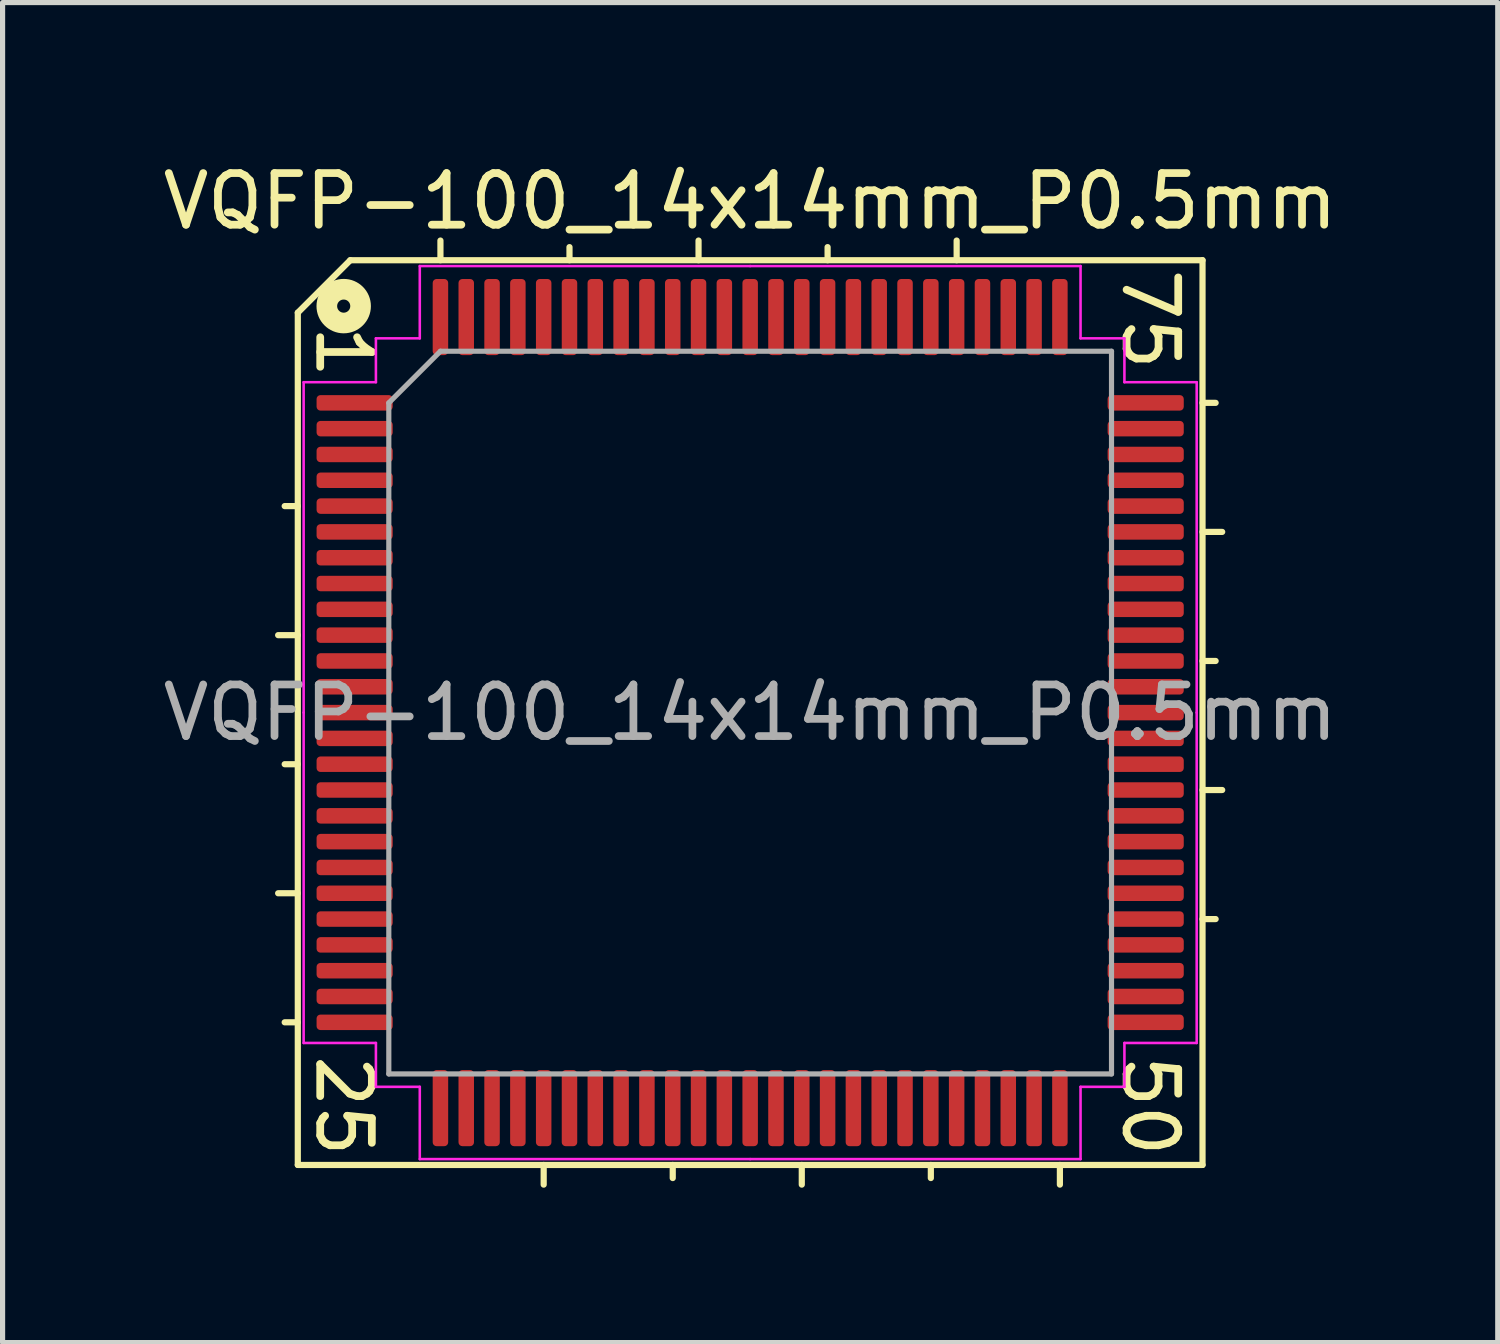
<source format=kicad_pcb>
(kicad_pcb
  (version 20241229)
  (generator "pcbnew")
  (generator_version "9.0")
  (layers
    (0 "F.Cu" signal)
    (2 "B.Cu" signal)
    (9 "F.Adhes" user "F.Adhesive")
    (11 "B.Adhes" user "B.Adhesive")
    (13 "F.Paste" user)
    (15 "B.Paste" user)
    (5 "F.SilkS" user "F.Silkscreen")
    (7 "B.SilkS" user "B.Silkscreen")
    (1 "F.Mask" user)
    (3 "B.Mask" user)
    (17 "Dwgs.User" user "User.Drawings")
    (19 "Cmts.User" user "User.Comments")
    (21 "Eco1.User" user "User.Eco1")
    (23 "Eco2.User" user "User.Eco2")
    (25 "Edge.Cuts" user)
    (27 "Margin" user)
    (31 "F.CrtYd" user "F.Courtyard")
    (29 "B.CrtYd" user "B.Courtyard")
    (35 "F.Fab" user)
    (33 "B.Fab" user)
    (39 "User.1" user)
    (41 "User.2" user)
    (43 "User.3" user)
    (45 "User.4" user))
  (footprint "VQFP-100_14x14mm_P0.5mm"
    (layer "F.Cu")
    (at 11.482 10.754)
    (property "Reference" "VQFP-100_14x14mm_P0.5mm" (at 0 -9.906 0) (layer "F.SilkS") (effects (font (size 1 1) (thickness 0.15))))
    (attr smd)
    (fp_line (start -8.763 -7.747) (end -8.763 8.763) (stroke (width 0.12) (type solid)) (layer "F.SilkS"))
    (fp_line (start -8.763 -4) (end -9.017 -4) (stroke (width 0.12) (type solid)) (layer "F.SilkS"))
    (fp_line (start -8.763 -1.5) (end -9.144 -1.5) (stroke (width 0.12) (type solid)) (layer "F.SilkS"))
    (fp_line (start -8.763 1) (end -9.017 1) (stroke (width 0.12) (type solid)) (layer "F.SilkS"))
    (fp_line (start -8.763 3.5) (end -9.144 3.5) (stroke (width 0.12) (type solid)) (layer "F.SilkS"))
    (fp_line (start -8.763 6) (end -9.017 6) (stroke (width 0.12) (type solid)) (layer "F.SilkS"))
    (fp_line (start -8.763 8.763) (end 8.763 8.763) (stroke (width 0.12) (type solid)) (layer "F.SilkS"))
    (fp_line (start -7.747 -8.763) (end -8.763 -7.747) (stroke (width 0.12) (type solid)) (layer "F.SilkS"))
    (fp_line (start -6 -8.763) (end -6 -9.144) (stroke (width 0.12) (type solid)) (layer "F.SilkS"))
    (fp_line (start -4 8.763) (end -4 9.144) (stroke (width 0.12) (type solid)) (layer "F.SilkS"))
    (fp_line (start -3.5 -8.763) (end -3.5 -9.017) (stroke (width 0.12) (type solid)) (layer "F.SilkS"))
    (fp_line (start -1.5 8.763) (end -1.5 9.017) (stroke (width 0.12) (type solid)) (layer "F.SilkS"))
    (fp_line (start -1 -8.763) (end -1 -9.144) (stroke (width 0.12) (type solid)) (layer "F.SilkS"))
    (fp_line (start 1 8.763) (end 1 9.144) (stroke (width 0.12) (type solid)) (layer "F.SilkS"))
    (fp_line (start 1.5 -8.763) (end 1.5 -9.017) (stroke (width 0.12) (type solid)) (layer "F.SilkS"))
    (fp_line (start 3.5 8.763) (end 3.5 9.017) (stroke (width 0.12) (type solid)) (layer "F.SilkS"))
    (fp_line (start 4 -8.763) (end 4 -9.144) (stroke (width 0.12) (type solid)) (layer "F.SilkS"))
    (fp_line (start 6 8.763) (end 6 9.144) (stroke (width 0.12) (type solid)) (layer "F.SilkS"))
    (fp_line (start 8.763 -8.763) (end -7.747 -8.763) (stroke (width 0.12) (type solid)) (layer "F.SilkS"))
    (fp_line (start 8.763 -6) (end 9.017 -6) (stroke (width 0.12) (type solid)) (layer "F.SilkS"))
    (fp_line (start 8.763 -3.5) (end 9.144 -3.5) (stroke (width 0.12) (type solid)) (layer "F.SilkS"))
    (fp_line (start 8.763 -1) (end 9.017 -1) (stroke (width 0.12) (type solid)) (layer "F.SilkS"))
    (fp_line (start 8.763 1.5) (end 9.144 1.5) (stroke (width 0.12) (type solid)) (layer "F.SilkS"))
    (fp_line (start 8.763 4) (end 9.017 4) (stroke (width 0.12) (type solid)) (layer "F.SilkS"))
    (fp_line (start 8.763 8.763) (end 8.763 -8.763) (stroke (width 0.12) (type solid)) (layer "F.SilkS"))
    (fp_circle (center -7.874 -7.874) (end -7.747 -7.874) (stroke (width 0.4) (type solid)) (fill no) (layer "F.SilkS"))
    (fp_line (start -8.65 -6.4) (end -8.65 0) (stroke (width 0.05) (type solid)) (layer "F.CrtYd"))
    (fp_line (start -8.65 6.4) (end -8.65 0) (stroke (width 0.05) (type solid)) (layer "F.CrtYd"))
    (fp_line (start -7.25 -7.25) (end -7.25 -6.4) (stroke (width 0.05) (type solid)) (layer "F.CrtYd"))
    (fp_line (start -7.25 -6.4) (end -8.65 -6.4) (stroke (width 0.05) (type solid)) (layer "F.CrtYd"))
    (fp_line (start -7.25 6.4) (end -8.65 6.4) (stroke (width 0.05) (type solid)) (layer "F.CrtYd"))
    (fp_line (start -7.25 7.25) (end -7.25 6.4) (stroke (width 0.05) (type solid)) (layer "F.CrtYd"))
    (fp_line (start -6.4 -8.65) (end -6.4 -7.25) (stroke (width 0.05) (type solid)) (layer "F.CrtYd"))
    (fp_line (start -6.4 -7.25) (end -7.25 -7.25) (stroke (width 0.05) (type solid)) (layer "F.CrtYd"))
    (fp_line (start -6.4 7.25) (end -7.25 7.25) (stroke (width 0.05) (type solid)) (layer "F.CrtYd"))
    (fp_line (start -6.4 8.65) (end -6.4 7.25) (stroke (width 0.05) (type solid)) (layer "F.CrtYd"))
    (fp_line (start 0 -8.65) (end -6.4 -8.65) (stroke (width 0.05) (type solid)) (layer "F.CrtYd"))
    (fp_line (start 0 -8.65) (end 6.4 -8.65) (stroke (width 0.05) (type solid)) (layer "F.CrtYd"))
    (fp_line (start 0 8.65) (end -6.4 8.65) (stroke (width 0.05) (type solid)) (layer "F.CrtYd"))
    (fp_line (start 0 8.65) (end 6.4 8.65) (stroke (width 0.05) (type solid)) (layer "F.CrtYd"))
    (fp_line (start 6.4 -8.65) (end 6.4 -7.25) (stroke (width 0.05) (type solid)) (layer "F.CrtYd"))
    (fp_line (start 6.4 -7.25) (end 7.25 -7.25) (stroke (width 0.05) (type solid)) (layer "F.CrtYd"))
    (fp_line (start 6.4 7.25) (end 7.25 7.25) (stroke (width 0.05) (type solid)) (layer "F.CrtYd"))
    (fp_line (start 6.4 8.65) (end 6.4 7.25) (stroke (width 0.05) (type solid)) (layer "F.CrtYd"))
    (fp_line (start 7.25 -7.25) (end 7.25 -6.4) (stroke (width 0.05) (type solid)) (layer "F.CrtYd"))
    (fp_line (start 7.25 -6.4) (end 8.65 -6.4) (stroke (width 0.05) (type solid)) (layer "F.CrtYd"))
    (fp_line (start 7.25 6.4) (end 8.65 6.4) (stroke (width 0.05) (type solid)) (layer "F.CrtYd"))
    (fp_line (start 7.25 7.25) (end 7.25 6.4) (stroke (width 0.05) (type solid)) (layer "F.CrtYd"))
    (fp_line (start 8.65 -6.4) (end 8.65 0) (stroke (width 0.05) (type solid)) (layer "F.CrtYd"))
    (fp_line (start 8.65 6.4) (end 8.65 0) (stroke (width 0.05) (type solid)) (layer "F.CrtYd"))
    (fp_line (start -7 -6) (end -6 -7) (stroke (width 0.1) (type solid)) (layer "F.Fab"))
    (fp_line (start -7 7) (end -7 -6) (stroke (width 0.1) (type solid)) (layer "F.Fab"))
    (fp_line (start -6 -7) (end 7 -7) (stroke (width 0.1) (type solid)) (layer "F.Fab"))
    (fp_line (start 7 -7) (end 7 7) (stroke (width 0.1) (type solid)) (layer "F.Fab"))
    (fp_line (start 7 7) (end -7 7) (stroke (width 0.1) (type solid)) (layer "F.Fab"))
    (fp_text user "75" (at 7.747 -7.62 270) (unlocked yes) (layer "F.SilkS") (effects (font (size 1 1) (thickness 0.15))))
    (fp_text user "50" (at 7.747 7.62 270) (unlocked yes) (layer "F.SilkS") (effects (font (size 1 1) (thickness 0.15))))
    (fp_text user "25" (at -7.874 7.62 270) (unlocked yes) (layer "F.SilkS") (effects (font (size 1 1) (thickness 0.15))))
    (fp_text user "1" (at -7.874 -6.985 270) (unlocked yes) (layer "F.SilkS") (effects (font (size 1 1) (thickness 0.15))))
    (fp_text user "${REFERENCE}" (at 0 0 0) (layer "F.Fab") (effects (font (size 1 1) (thickness 0.15))))
    (pad "1" smd roundrect (at -7.662 -6) (size 1.475 0.3) (layers "F.Cu" "F.Mask" "F.Paste") (roundrect_rratio 0.25))
    (pad "2" smd roundrect (at -7.662 -5.5) (size 1.475 0.3) (layers "F.Cu" "F.Mask" "F.Paste") (roundrect_rratio 0.25))
    (pad "3" smd roundrect (at -7.662 -5) (size 1.475 0.3) (layers "F.Cu" "F.Mask" "F.Paste") (roundrect_rratio 0.25))
    (pad "4" smd roundrect (at -7.662 -4.5) (size 1.475 0.3) (layers "F.Cu" "F.Mask" "F.Paste") (roundrect_rratio 0.25))
    (pad "5" smd roundrect (at -7.662 -4) (size 1.475 0.3) (layers "F.Cu" "F.Mask" "F.Paste") (roundrect_rratio 0.25))
    (pad "6" smd roundrect (at -7.662 -3.5) (size 1.475 0.3) (layers "F.Cu" "F.Mask" "F.Paste") (roundrect_rratio 0.25))
    (pad "7" smd roundrect (at -7.662 -3) (size 1.475 0.3) (layers "F.Cu" "F.Mask" "F.Paste") (roundrect_rratio 0.25))
    (pad "8" smd roundrect (at -7.662 -2.5) (size 1.475 0.3) (layers "F.Cu" "F.Mask" "F.Paste") (roundrect_rratio 0.25))
    (pad "9" smd roundrect (at -7.662 -2) (size 1.475 0.3) (layers "F.Cu" "F.Mask" "F.Paste") (roundrect_rratio 0.25))
    (pad "10" smd roundrect (at -7.662 -1.5) (size 1.475 0.3) (layers "F.Cu" "F.Mask" "F.Paste") (roundrect_rratio 0.25))
    (pad "11" smd roundrect (at -7.662 -1) (size 1.475 0.3) (layers "F.Cu" "F.Mask" "F.Paste") (roundrect_rratio 0.25))
    (pad "12" smd roundrect (at -7.662 -0.5) (size 1.475 0.3) (layers "F.Cu" "F.Mask" "F.Paste") (roundrect_rratio 0.25))
    (pad "13" smd roundrect (at -7.662 0) (size 1.475 0.3) (layers "F.Cu" "F.Mask" "F.Paste") (roundrect_rratio 0.25))
    (pad "14" smd roundrect (at -7.662 0.5) (size 1.475 0.3) (layers "F.Cu" "F.Mask" "F.Paste") (roundrect_rratio 0.25))
    (pad "15" smd roundrect (at -7.662 1) (size 1.475 0.3) (layers "F.Cu" "F.Mask" "F.Paste") (roundrect_rratio 0.25))
    (pad "16" smd roundrect (at -7.662 1.5) (size 1.475 0.3) (layers "F.Cu" "F.Mask" "F.Paste") (roundrect_rratio 0.25))
    (pad "17" smd roundrect (at -7.662 2) (size 1.475 0.3) (layers "F.Cu" "F.Mask" "F.Paste") (roundrect_rratio 0.25))
    (pad "18" smd roundrect (at -7.662 2.5) (size 1.475 0.3) (layers "F.Cu" "F.Mask" "F.Paste") (roundrect_rratio 0.25))
    (pad "19" smd roundrect (at -7.662 3) (size 1.475 0.3) (layers "F.Cu" "F.Mask" "F.Paste") (roundrect_rratio 0.25))
    (pad "20" smd roundrect (at -7.662 3.5) (size 1.475 0.3) (layers "F.Cu" "F.Mask" "F.Paste") (roundrect_rratio 0.25))
    (pad "21" smd roundrect (at -7.662 4) (size 1.475 0.3) (layers "F.Cu" "F.Mask" "F.Paste") (roundrect_rratio 0.25))
    (pad "22" smd roundrect (at -7.662 4.5) (size 1.475 0.3) (layers "F.Cu" "F.Mask" "F.Paste") (roundrect_rratio 0.25))
    (pad "23" smd roundrect (at -7.662 5) (size 1.475 0.3) (layers "F.Cu" "F.Mask" "F.Paste") (roundrect_rratio 0.25))
    (pad "24" smd roundrect (at -7.662 5.5) (size 1.475 0.3) (layers "F.Cu" "F.Mask" "F.Paste") (roundrect_rratio 0.25))
    (pad "25" smd roundrect (at -7.662 6) (size 1.475 0.3) (layers "F.Cu" "F.Mask" "F.Paste") (roundrect_rratio 0.25))
    (pad "26" smd roundrect (at -6 7.662) (size 0.3 1.475) (layers "F.Cu" "F.Mask" "F.Paste") (roundrect_rratio 0.25))
    (pad "27" smd roundrect (at -5.5 7.662) (size 0.3 1.475) (layers "F.Cu" "F.Mask" "F.Paste") (roundrect_rratio 0.25))
    (pad "28" smd roundrect (at -5 7.662) (size 0.3 1.475) (layers "F.Cu" "F.Mask" "F.Paste") (roundrect_rratio 0.25))
    (pad "29" smd roundrect (at -4.5 7.662) (size 0.3 1.475) (layers "F.Cu" "F.Mask" "F.Paste") (roundrect_rratio 0.25))
    (pad "30" smd roundrect (at -4 7.662) (size 0.3 1.475) (layers "F.Cu" "F.Mask" "F.Paste") (roundrect_rratio 0.25))
    (pad "31" smd roundrect (at -3.5 7.662) (size 0.3 1.475) (layers "F.Cu" "F.Mask" "F.Paste") (roundrect_rratio 0.25))
    (pad "32" smd roundrect (at -3 7.662) (size 0.3 1.475) (layers "F.Cu" "F.Mask" "F.Paste") (roundrect_rratio 0.25))
    (pad "33" smd roundrect (at -2.5 7.662) (size 0.3 1.475) (layers "F.Cu" "F.Mask" "F.Paste") (roundrect_rratio 0.25))
    (pad "34" smd roundrect (at -2 7.662) (size 0.3 1.475) (layers "F.Cu" "F.Mask" "F.Paste") (roundrect_rratio 0.25))
    (pad "35" smd roundrect (at -1.5 7.662) (size 0.3 1.475) (layers "F.Cu" "F.Mask" "F.Paste") (roundrect_rratio 0.25))
    (pad "36" smd roundrect (at -1 7.662) (size 0.3 1.475) (layers "F.Cu" "F.Mask" "F.Paste") (roundrect_rratio 0.25))
    (pad "37" smd roundrect (at -0.5 7.662) (size 0.3 1.475) (layers "F.Cu" "F.Mask" "F.Paste") (roundrect_rratio 0.25))
    (pad "38" smd roundrect (at 0 7.662) (size 0.3 1.475) (layers "F.Cu" "F.Mask" "F.Paste") (roundrect_rratio 0.25))
    (pad "39" smd roundrect (at 0.5 7.662) (size 0.3 1.475) (layers "F.Cu" "F.Mask" "F.Paste") (roundrect_rratio 0.25))
    (pad "40" smd roundrect (at 1 7.662) (size 0.3 1.475) (layers "F.Cu" "F.Mask" "F.Paste") (roundrect_rratio 0.25))
    (pad "41" smd roundrect (at 1.5 7.662) (size 0.3 1.475) (layers "F.Cu" "F.Mask" "F.Paste") (roundrect_rratio 0.25))
    (pad "42" smd roundrect (at 2 7.662) (size 0.3 1.475) (layers "F.Cu" "F.Mask" "F.Paste") (roundrect_rratio 0.25))
    (pad "43" smd roundrect (at 2.5 7.662) (size 0.3 1.475) (layers "F.Cu" "F.Mask" "F.Paste") (roundrect_rratio 0.25))
    (pad "44" smd roundrect (at 3 7.662) (size 0.3 1.475) (layers "F.Cu" "F.Mask" "F.Paste") (roundrect_rratio 0.25))
    (pad "45" smd roundrect (at 3.5 7.662) (size 0.3 1.475) (layers "F.Cu" "F.Mask" "F.Paste") (roundrect_rratio 0.25))
    (pad "46" smd roundrect (at 4 7.662) (size 0.3 1.475) (layers "F.Cu" "F.Mask" "F.Paste") (roundrect_rratio 0.25))
    (pad "47" smd roundrect (at 4.5 7.662) (size 0.3 1.475) (layers "F.Cu" "F.Mask" "F.Paste") (roundrect_rratio 0.25))
    (pad "48" smd roundrect (at 5 7.662) (size 0.3 1.475) (layers "F.Cu" "F.Mask" "F.Paste") (roundrect_rratio 0.25))
    (pad "49" smd roundrect (at 5.5 7.662) (size 0.3 1.475) (layers "F.Cu" "F.Mask" "F.Paste") (roundrect_rratio 0.25))
    (pad "50" smd roundrect (at 6 7.662) (size 0.3 1.475) (layers "F.Cu" "F.Mask" "F.Paste") (roundrect_rratio 0.25))
    (pad "51" smd roundrect (at 7.662 6) (size 1.475 0.3) (layers "F.Cu" "F.Mask" "F.Paste") (roundrect_rratio 0.25))
    (pad "52" smd roundrect (at 7.662 5.5) (size 1.475 0.3) (layers "F.Cu" "F.Mask" "F.Paste") (roundrect_rratio 0.25))
    (pad "53" smd roundrect (at 7.662 5) (size 1.475 0.3) (layers "F.Cu" "F.Mask" "F.Paste") (roundrect_rratio 0.25))
    (pad "54" smd roundrect (at 7.662 4.5) (size 1.475 0.3) (layers "F.Cu" "F.Mask" "F.Paste") (roundrect_rratio 0.25))
    (pad "55" smd roundrect (at 7.662 4) (size 1.475 0.3) (layers "F.Cu" "F.Mask" "F.Paste") (roundrect_rratio 0.25))
    (pad "56" smd roundrect (at 7.662 3.5) (size 1.475 0.3) (layers "F.Cu" "F.Mask" "F.Paste") (roundrect_rratio 0.25))
    (pad "57" smd roundrect (at 7.662 3) (size 1.475 0.3) (layers "F.Cu" "F.Mask" "F.Paste") (roundrect_rratio 0.25))
    (pad "58" smd roundrect (at 7.662 2.5) (size 1.475 0.3) (layers "F.Cu" "F.Mask" "F.Paste") (roundrect_rratio 0.25))
    (pad "59" smd roundrect (at 7.662 2) (size 1.475 0.3) (layers "F.Cu" "F.Mask" "F.Paste") (roundrect_rratio 0.25))
    (pad "60" smd roundrect (at 7.662 1.5) (size 1.475 0.3) (layers "F.Cu" "F.Mask" "F.Paste") (roundrect_rratio 0.25))
    (pad "61" smd roundrect (at 7.662 1) (size 1.475 0.3) (layers "F.Cu" "F.Mask" "F.Paste") (roundrect_rratio 0.25))
    (pad "62" smd roundrect (at 7.662 0.5) (size 1.475 0.3) (layers "F.Cu" "F.Mask" "F.Paste") (roundrect_rratio 0.25))
    (pad "63" smd roundrect (at 7.662 0) (size 1.475 0.3) (layers "F.Cu" "F.Mask" "F.Paste") (roundrect_rratio 0.25))
    (pad "64" smd roundrect (at 7.662 -0.5) (size 1.475 0.3) (layers "F.Cu" "F.Mask" "F.Paste") (roundrect_rratio 0.25))
    (pad "65" smd roundrect (at 7.662 -1) (size 1.475 0.3) (layers "F.Cu" "F.Mask" "F.Paste") (roundrect_rratio 0.25))
    (pad "66" smd roundrect (at 7.662 -1.5) (size 1.475 0.3) (layers "F.Cu" "F.Mask" "F.Paste") (roundrect_rratio 0.25))
    (pad "67" smd roundrect (at 7.662 -2) (size 1.475 0.3) (layers "F.Cu" "F.Mask" "F.Paste") (roundrect_rratio 0.25))
    (pad "68" smd roundrect (at 7.662 -2.5) (size 1.475 0.3) (layers "F.Cu" "F.Mask" "F.Paste") (roundrect_rratio 0.25))
    (pad "69" smd roundrect (at 7.662 -3) (size 1.475 0.3) (layers "F.Cu" "F.Mask" "F.Paste") (roundrect_rratio 0.25))
    (pad "70" smd roundrect (at 7.662 -3.5) (size 1.475 0.3) (layers "F.Cu" "F.Mask" "F.Paste") (roundrect_rratio 0.25))
    (pad "71" smd roundrect (at 7.662 -4) (size 1.475 0.3) (layers "F.Cu" "F.Mask" "F.Paste") (roundrect_rratio 0.25))
    (pad "72" smd roundrect (at 7.662 -4.5) (size 1.475 0.3) (layers "F.Cu" "F.Mask" "F.Paste") (roundrect_rratio 0.25))
    (pad "73" smd roundrect (at 7.662 -5) (size 1.475 0.3) (layers "F.Cu" "F.Mask" "F.Paste") (roundrect_rratio 0.25))
    (pad "74" smd roundrect (at 7.662 -5.5) (size 1.475 0.3) (layers "F.Cu" "F.Mask" "F.Paste") (roundrect_rratio 0.25))
    (pad "75" smd roundrect (at 7.662 -6) (size 1.475 0.3) (layers "F.Cu" "F.Mask" "F.Paste") (roundrect_rratio 0.25))
    (pad "76" smd roundrect (at 6 -7.662) (size 0.3 1.475) (layers "F.Cu" "F.Mask" "F.Paste") (roundrect_rratio 0.25))
    (pad "77" smd roundrect (at 5.5 -7.662) (size 0.3 1.475) (layers "F.Cu" "F.Mask" "F.Paste") (roundrect_rratio 0.25))
    (pad "78" smd roundrect (at 5 -7.662) (size 0.3 1.475) (layers "F.Cu" "F.Mask" "F.Paste") (roundrect_rratio 0.25))
    (pad "79" smd roundrect (at 4.5 -7.662) (size 0.3 1.475) (layers "F.Cu" "F.Mask" "F.Paste") (roundrect_rratio 0.25))
    (pad "80" smd roundrect (at 4 -7.662) (size 0.3 1.475) (layers "F.Cu" "F.Mask" "F.Paste") (roundrect_rratio 0.25))
    (pad "81" smd roundrect (at 3.5 -7.662) (size 0.3 1.475) (layers "F.Cu" "F.Mask" "F.Paste") (roundrect_rratio 0.25))
    (pad "82" smd roundrect (at 3 -7.662) (size 0.3 1.475) (layers "F.Cu" "F.Mask" "F.Paste") (roundrect_rratio 0.25))
    (pad "83" smd roundrect (at 2.5 -7.662) (size 0.3 1.475) (layers "F.Cu" "F.Mask" "F.Paste") (roundrect_rratio 0.25))
    (pad "84" smd roundrect (at 2 -7.662) (size 0.3 1.475) (layers "F.Cu" "F.Mask" "F.Paste") (roundrect_rratio 0.25))
    (pad "85" smd roundrect (at 1.5 -7.662) (size 0.3 1.475) (layers "F.Cu" "F.Mask" "F.Paste") (roundrect_rratio 0.25))
    (pad "86" smd roundrect (at 1 -7.662) (size 0.3 1.475) (layers "F.Cu" "F.Mask" "F.Paste") (roundrect_rratio 0.25))
    (pad "87" smd roundrect (at 0.5 -7.662) (size 0.3 1.475) (layers "F.Cu" "F.Mask" "F.Paste") (roundrect_rratio 0.25))
    (pad "88" smd roundrect (at 0 -7.662) (size 0.3 1.475) (layers "F.Cu" "F.Mask" "F.Paste") (roundrect_rratio 0.25))
    (pad "89" smd roundrect (at -0.5 -7.662) (size 0.3 1.475) (layers "F.Cu" "F.Mask" "F.Paste") (roundrect_rratio 0.25))
    (pad "90" smd roundrect (at -1 -7.662) (size 0.3 1.475) (layers "F.Cu" "F.Mask" "F.Paste") (roundrect_rratio 0.25))
    (pad "91" smd roundrect (at -1.5 -7.662) (size 0.3 1.475) (layers "F.Cu" "F.Mask" "F.Paste") (roundrect_rratio 0.25))
    (pad "92" smd roundrect (at -2 -7.662) (size 0.3 1.475) (layers "F.Cu" "F.Mask" "F.Paste") (roundrect_rratio 0.25))
    (pad "93" smd roundrect (at -2.5 -7.662) (size 0.3 1.475) (layers "F.Cu" "F.Mask" "F.Paste") (roundrect_rratio 0.25))
    (pad "94" smd roundrect (at -3 -7.662) (size 0.3 1.475) (layers "F.Cu" "F.Mask" "F.Paste") (roundrect_rratio 0.25))
    (pad "95" smd roundrect (at -3.5 -7.662) (size 0.3 1.475) (layers "F.Cu" "F.Mask" "F.Paste") (roundrect_rratio 0.25))
    (pad "96" smd roundrect (at -4 -7.662) (size 0.3 1.475) (layers "F.Cu" "F.Mask" "F.Paste") (roundrect_rratio 0.25))
    (pad "97" smd roundrect (at -4.5 -7.662) (size 0.3 1.475) (layers "F.Cu" "F.Mask" "F.Paste") (roundrect_rratio 0.25))
    (pad "98" smd roundrect (at -5 -7.662) (size 0.3 1.475) (layers "F.Cu" "F.Mask" "F.Paste") (roundrect_rratio 0.25))
    (pad "99" smd roundrect (at -5.5 -7.662) (size 0.3 1.475) (layers "F.Cu" "F.Mask" "F.Paste") (roundrect_rratio 0.25))
    (pad "100" smd roundrect (at -6 -7.662) (size 0.3 1.475) (layers "F.Cu" "F.Mask" "F.Paste") (roundrect_rratio 0.25)))
  (gr_rect
    (start -3 -3)
    (end 25.964 22.958)
    (stroke (width 0.1) (type default))
    (fill no)
    (layer "Edge.Cuts")))
</source>
